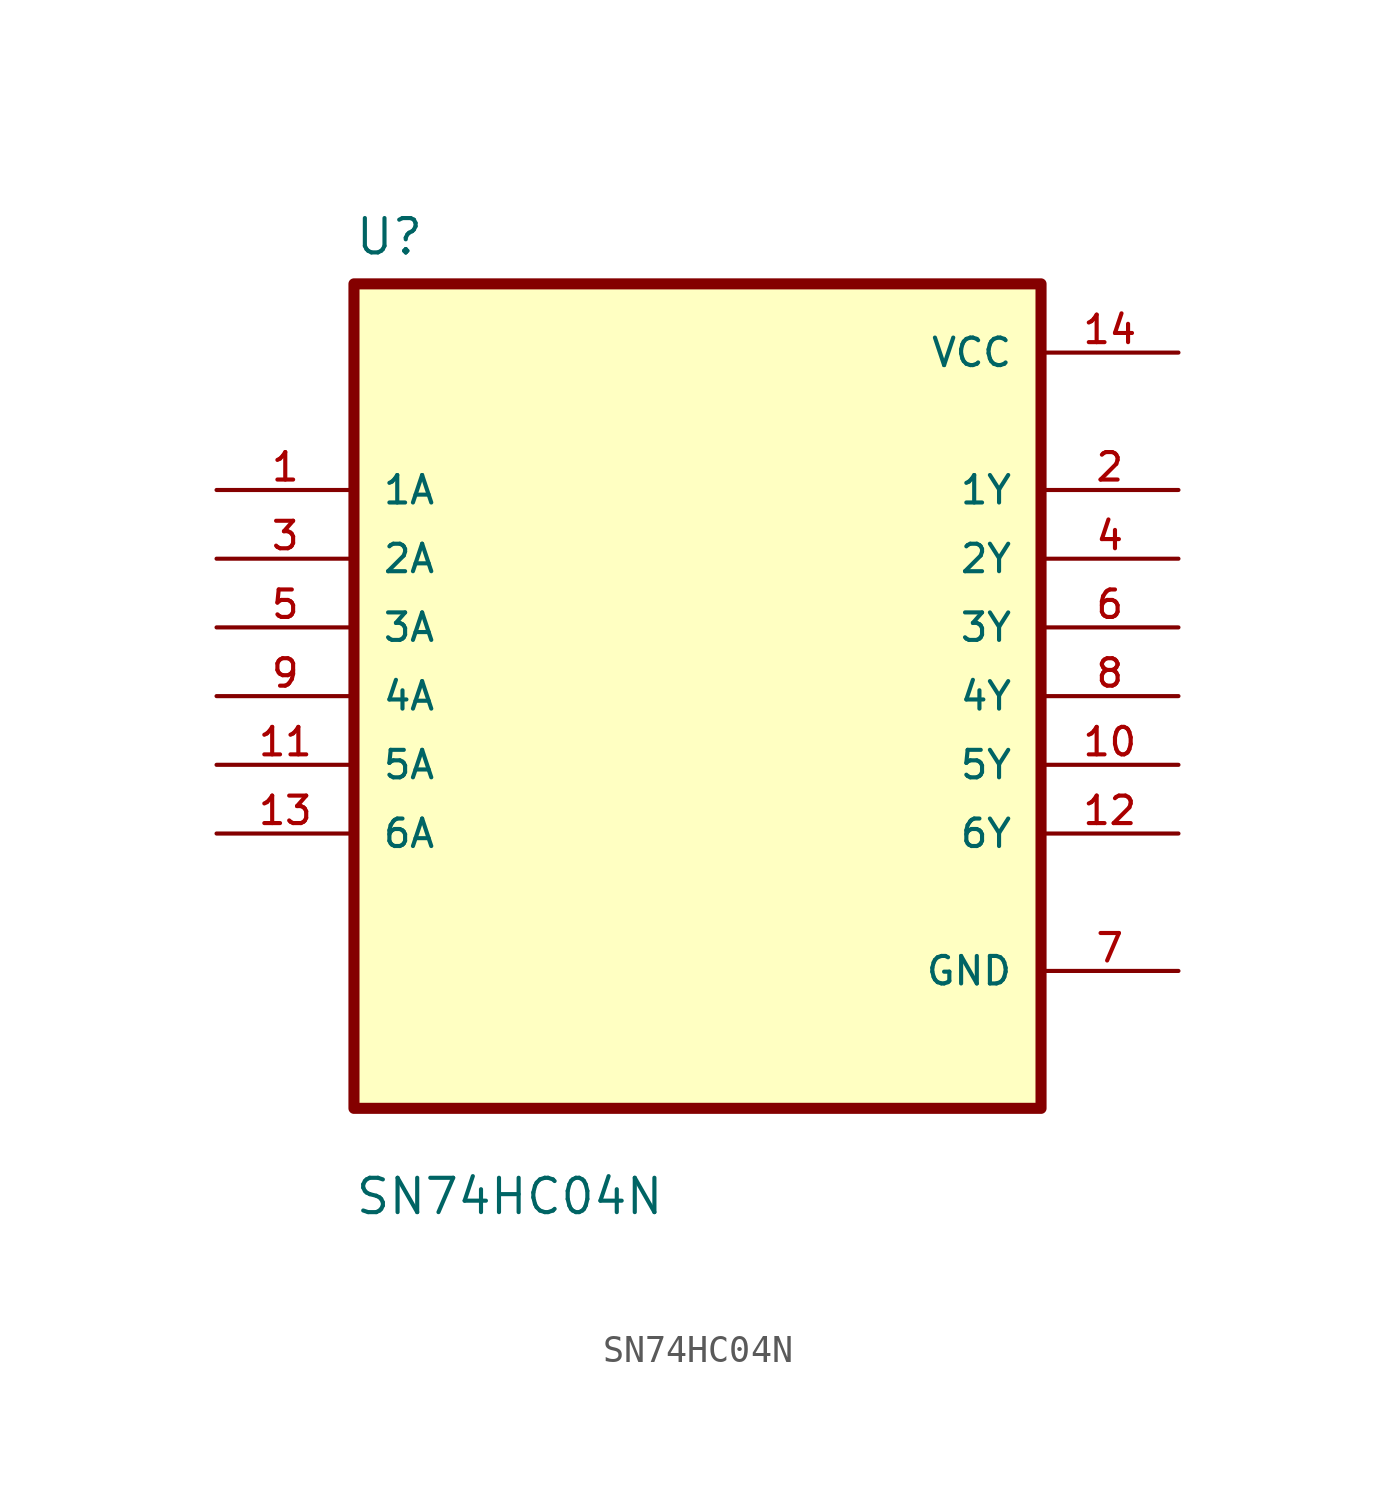
<source format=kicad_sym>
(kicad_symbol_lib
  (version 20211014)
  (generator kicad_symbol_editor)
  (symbol "SN74HC04N"
    (pin_names
      (offset 1.016))
    (property "Reference" "U"
      (at -12.7 16.24 0.0)
      (effects (font (size 1.27 1.27)) (justify bottom left)))
    (property "Value" "SN74HC04N"
      (at -12.7 -19.24 0.0)
      (effects (font (size 1.27 1.27)) (justify bottom left)))
    (symbol "SN74HC04N_0_0"
      (rectangle (start -12.7 -15.24) (end 12.7 15.24) (stroke (width 0.41)) (fill (type background)))
      (pin input line (at -17.78 7.62 0) (length 5.08) (name "1A" (effects (font (size 1.016 1.016)))) (number "1" (effects (font (size 1.016 1.016)))))
      (pin input line (at -17.78 5.08 0) (length 5.08) (name "2A" (effects (font (size 1.016 1.016)))) (number "3" (effects (font (size 1.016 1.016)))))
      (pin input line (at -17.78 2.54 0) (length 5.08) (name "3A" (effects (font (size 1.016 1.016)))) (number "5" (effects (font (size 1.016 1.016)))))
      (pin input line (at -17.78 0.0 0) (length 5.08) (name "4A" (effects (font (size 1.016 1.016)))) (number "9" (effects (font (size 1.016 1.016)))))
      (pin input line (at -17.78 -2.54 0) (length 5.08) (name "5A" (effects (font (size 1.016 1.016)))) (number "11" (effects (font (size 1.016 1.016)))))
      (pin input line (at -17.78 -5.08 0) (length 5.08) (name "6A" (effects (font (size 1.016 1.016)))) (number "13" (effects (font (size 1.016 1.016)))))
      (pin power_in line (at 17.78 12.7 180.0) (length 5.08) (name "VCC" (effects (font (size 1.016 1.016)))) (number "14" (effects (font (size 1.016 1.016)))))
      (pin output line (at 17.78 7.62 180.0) (length 5.08) (name "1Y" (effects (font (size 1.016 1.016)))) (number "2" (effects (font (size 1.016 1.016)))))
      (pin output line (at 17.78 5.08 180.0) (length 5.08) (name "2Y" (effects (font (size 1.016 1.016)))) (number "4" (effects (font (size 1.016 1.016)))))
      (pin output line (at 17.78 2.54 180.0) (length 5.08) (name "3Y" (effects (font (size 1.016 1.016)))) (number "6" (effects (font (size 1.016 1.016)))))
      (pin output line (at 17.78 -8.88178e-16 180.0) (length 5.08) (name "4Y" (effects (font (size 1.016 1.016)))) (number "8" (effects (font (size 1.016 1.016)))))
      (pin output line (at 17.78 -2.54 180.0) (length 5.08) (name "5Y" (effects (font (size 1.016 1.016)))) (number "10" (effects (font (size 1.016 1.016)))))
      (pin output line (at 17.78 -5.08 180.0) (length 5.08) (name "6Y" (effects (font (size 1.016 1.016)))) (number "12" (effects (font (size 1.016 1.016)))))
      (pin power_in line (at 17.78 -10.16 180.0) (length 5.08) (name "GND" (effects (font (size 1.016 1.016)))) (number "7" (effects (font (size 1.016 1.016))))))))
</source>
